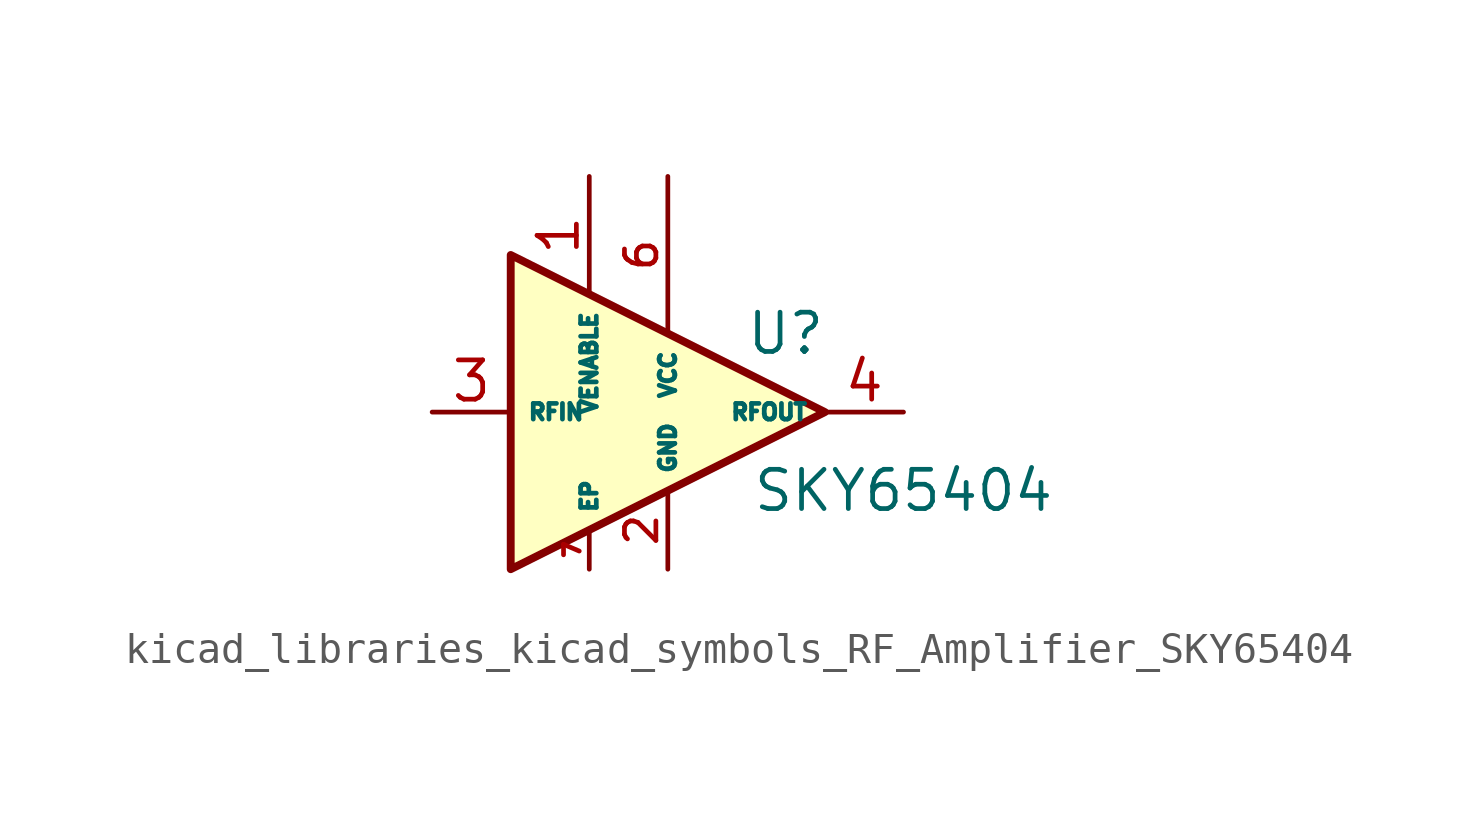
<source format=kicad_sym>
(kicad_symbol_lib
  (version 20220914)
  (generator kicad_symbol_editor)
  (symbol "kicad_libraries_kicad_symbols_RF_Amplifier_SKY65404"
    (property "Reference" "U"
      (at 6.35 2.54 0)
      (effects (font (size 1.27 1.27))))
    (property "Value" "SKY65404"
      (at 10.16 -2.54 0)
      (effects (font (size 1.27 1.27))))
    (symbol "kicad_libraries_kicad_symbols_RF_Amplifier_SKY65404_0_1"
      (polyline (pts (xy -2.54 5.08) (xy -2.54 -2.54) (xy -2.54 -5.08) (xy 7.62 0) (xy -2.54 5.08)) (stroke (width 0.254) (type default)) (fill (type background))))
    (symbol "kicad_libraries_kicad_symbols_RF_Amplifier_SKY65404_1_1"
      (pin input line (at 0 7.62 270) (length 3.81) (name "VENABLE" (effects (font (size 0.508 0.508)))) (number "1" (effects (font (size 1.27 1.27)))))
      (pin power_in line (at 2.54 -5.08 90) (length 2.54) (name "GND" (effects (font (size 0.508 0.508)))) (number "2" (effects (font (size 1.016 1.016)))))
      (pin input line (at -5.08 0 0) (length 2.54) (name "RFIN" (effects (font (size 0.508 0.508)))) (number "3" (effects (font (size 1.27 1.27)))))
      (pin output line (at 10.16 0 180) (length 2.54) (name "RFOUT" (effects (font (size 0.508 0.508)))) (number "4" (effects (font (size 1.27 1.27)))))
      (pin passive line (at 2.54 -5.08 90) (length 2.54) hide (name "GND" (effects (font (size 0.508 0.508)))) (number "5" (effects (font (size 1.016 1.016)))))
      (pin power_in line (at 2.54 7.62 270) (length 5.08) (name "VCC" (effects (font (size 0.508 0.508)))) (number "6" (effects (font (size 1.016 1.016)))))
      (pin passive line (at 0 -5.08 90) (length 1.27) (name "EP" (effects (font (size 0.508 0.508)))) (number "7" (effects (font (size 0.508 0.508))))))))
</source>
